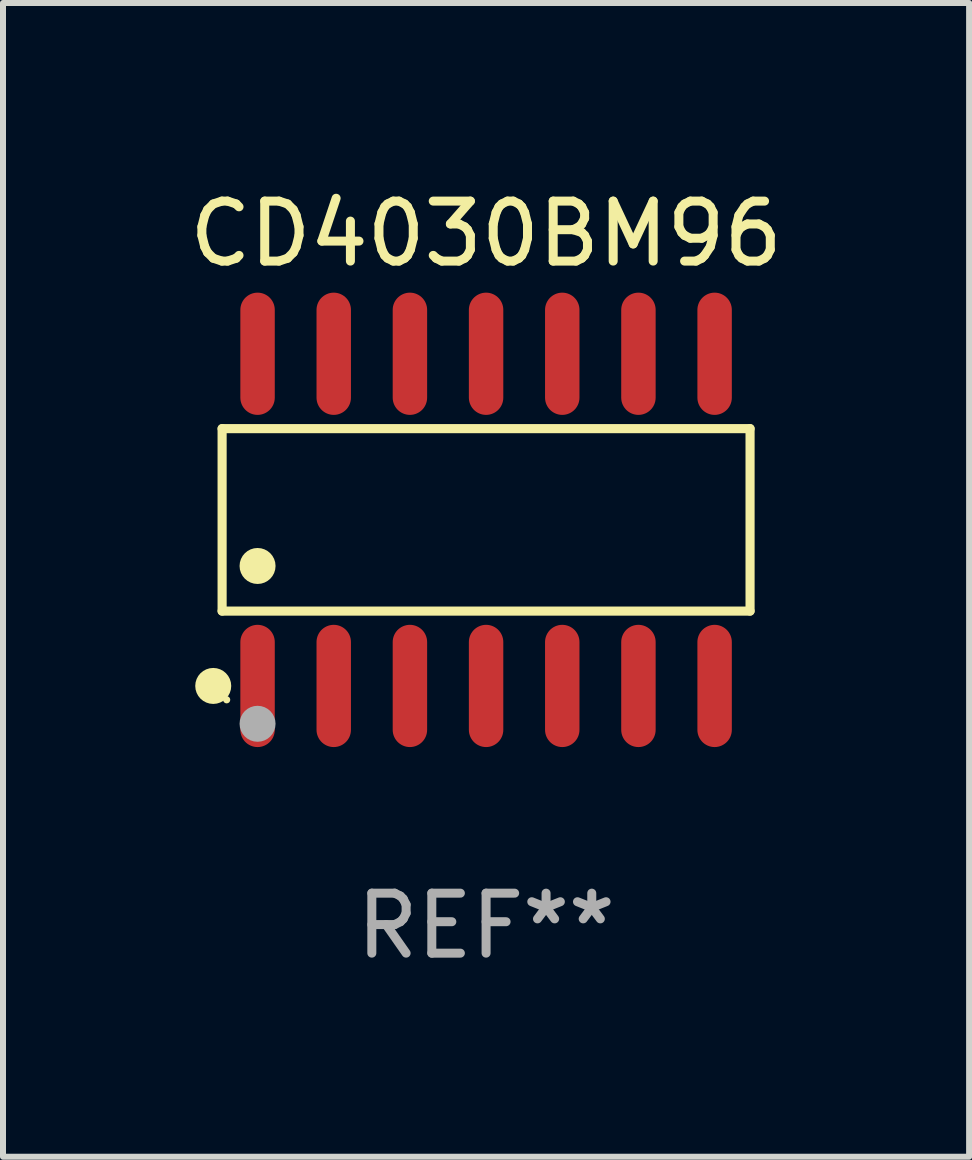
<source format=kicad_pcb>
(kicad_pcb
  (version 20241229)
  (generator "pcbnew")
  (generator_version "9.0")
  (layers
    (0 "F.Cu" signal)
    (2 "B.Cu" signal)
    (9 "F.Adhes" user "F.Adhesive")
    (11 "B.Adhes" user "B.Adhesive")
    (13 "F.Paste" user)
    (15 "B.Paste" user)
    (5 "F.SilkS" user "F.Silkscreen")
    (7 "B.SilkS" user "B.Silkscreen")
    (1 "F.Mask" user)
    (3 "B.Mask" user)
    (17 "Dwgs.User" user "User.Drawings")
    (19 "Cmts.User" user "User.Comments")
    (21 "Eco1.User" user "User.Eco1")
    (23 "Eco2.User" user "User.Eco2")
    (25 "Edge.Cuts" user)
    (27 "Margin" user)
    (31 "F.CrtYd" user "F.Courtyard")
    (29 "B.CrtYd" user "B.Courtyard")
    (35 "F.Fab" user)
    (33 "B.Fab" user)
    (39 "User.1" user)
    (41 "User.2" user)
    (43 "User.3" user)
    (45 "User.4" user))
  (footprint "CD4030BM96"
    (layer "F.Cu")
    (at 5.054 5.617)
    (property "Reference" "CD4030BM96" (at 0 -4.769 0) (layer "F.SilkS") (effects (font (size 1 1) (thickness 0.15))))
    (attr through_hole)
    (fp_line (start -4.401 -1.521) (end 4.401 -1.521) (stroke (width 0.152) (type solid)) (layer "F.SilkS"))
    (fp_line (start -4.401 1.521) (end -4.401 -1.521) (stroke (width 0.152) (type solid)) (layer "F.SilkS"))
    (fp_line (start 4.401 -1.521) (end 4.401 1.521) (stroke (width 0.152) (type solid)) (layer "F.SilkS"))
    (fp_line (start 4.401 1.521) (end -4.401 1.521) (stroke (width 0.152) (type solid)) (layer "F.SilkS"))
    (fp_circle (center -4.549 2.769) (end -4.399 2.769) (stroke (width 0.3) (type solid)) (fill no) (layer "F.SilkS"))
    (fp_circle (center -4.325 3) (end -4.295 3) (stroke (width 0.06) (type solid)) (fill no) (layer "F.SilkS"))
    (fp_circle (center -3.81 0.769) (end -3.66 0.769) (stroke (width 0.3) (type solid)) (fill no) (layer "F.SilkS"))
    (fp_circle (center -3.81 3.4) (end -3.66 3.4) (stroke (width 0.3) (type solid)) (fill no) (layer "F.Fab"))
    (fp_text user "REF**" (at 0 6.769 0) (layer "F.Fab") (effects (font (size 1 1) (thickness 0.15))))
    (pad "1" smd oval (at -3.81 2.769) (size 0.574 2.038) (layers "F.Cu" "F.Mask" "F.Paste"))
    (pad "2" smd oval (at -2.54 2.769) (size 0.574 2.038) (layers "F.Cu" "F.Mask" "F.Paste"))
    (pad "3" smd oval (at -1.27 2.769) (size 0.574 2.038) (layers "F.Cu" "F.Mask" "F.Paste"))
    (pad "4" smd oval (at 0 2.769) (size 0.574 2.038) (layers "F.Cu" "F.Mask" "F.Paste"))
    (pad "5" smd oval (at 1.27 2.769) (size 0.574 2.038) (layers "F.Cu" "F.Mask" "F.Paste"))
    (pad "6" smd oval (at 2.54 2.769) (size 0.574 2.038) (layers "F.Cu" "F.Mask" "F.Paste"))
    (pad "7" smd oval (at 3.81 2.769) (size 0.574 2.038) (layers "F.Cu" "F.Mask" "F.Paste"))
    (pad "8" smd oval (at 3.81 -2.769) (size 0.574 2.038) (layers "F.Cu" "F.Mask" "F.Paste"))
    (pad "9" smd oval (at 2.54 -2.769) (size 0.574 2.038) (layers "F.Cu" "F.Mask" "F.Paste"))
    (pad "10" smd oval (at 1.27 -2.769) (size 0.574 2.038) (layers "F.Cu" "F.Mask" "F.Paste"))
    (pad "11" smd oval (at 0 -2.769) (size 0.574 2.038) (layers "F.Cu" "F.Mask" "F.Paste"))
    (pad "12" smd oval (at -1.27 -2.769) (size 0.574 2.038) (layers "F.Cu" "F.Mask" "F.Paste"))
    (pad "13" smd oval (at -2.54 -2.769) (size 0.574 2.038) (layers "F.Cu" "F.Mask" "F.Paste"))
    (pad "14" smd oval (at -3.81 -2.769) (size 0.574 2.038) (layers "F.Cu" "F.Mask" "F.Paste")))
  (gr_rect
    (start -3 -3)
    (end 13.107 16.235)
    (stroke (width 0.1) (type default))
    (fill no)
    (layer "Edge.Cuts")))
</source>
